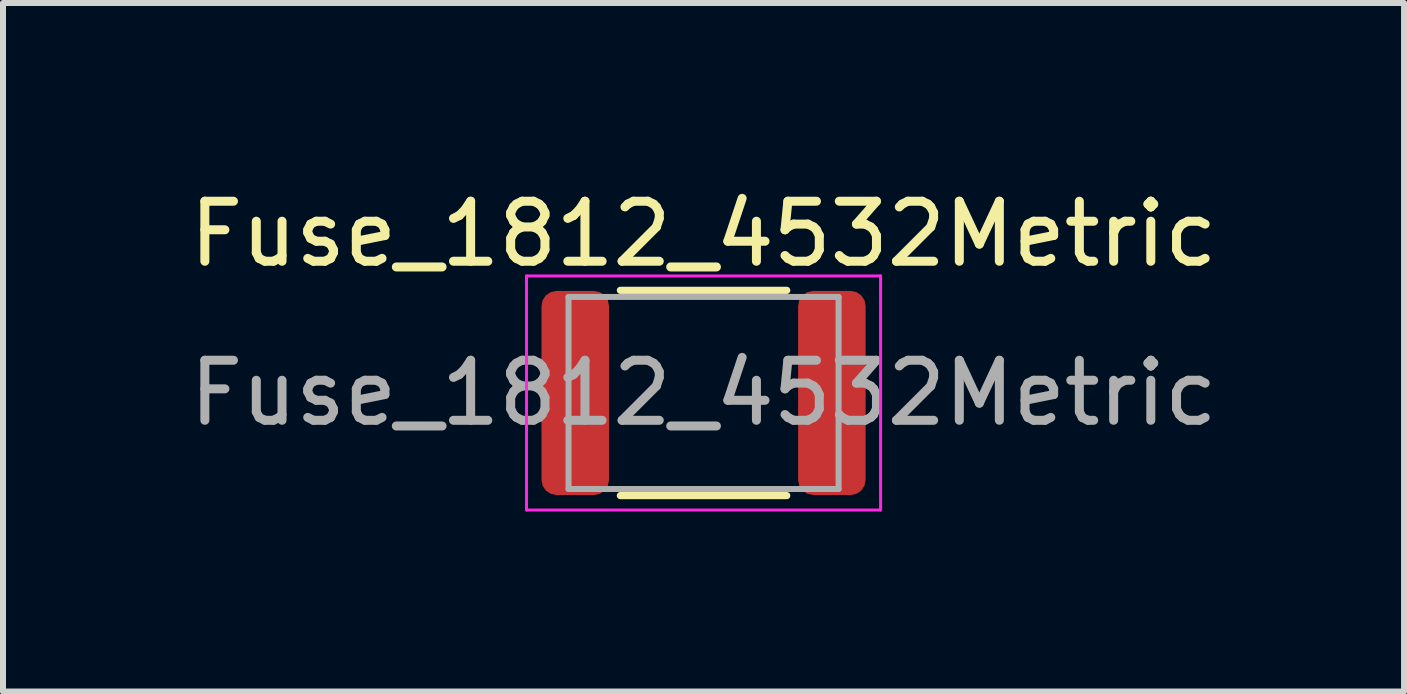
<source format=kicad_pcb>
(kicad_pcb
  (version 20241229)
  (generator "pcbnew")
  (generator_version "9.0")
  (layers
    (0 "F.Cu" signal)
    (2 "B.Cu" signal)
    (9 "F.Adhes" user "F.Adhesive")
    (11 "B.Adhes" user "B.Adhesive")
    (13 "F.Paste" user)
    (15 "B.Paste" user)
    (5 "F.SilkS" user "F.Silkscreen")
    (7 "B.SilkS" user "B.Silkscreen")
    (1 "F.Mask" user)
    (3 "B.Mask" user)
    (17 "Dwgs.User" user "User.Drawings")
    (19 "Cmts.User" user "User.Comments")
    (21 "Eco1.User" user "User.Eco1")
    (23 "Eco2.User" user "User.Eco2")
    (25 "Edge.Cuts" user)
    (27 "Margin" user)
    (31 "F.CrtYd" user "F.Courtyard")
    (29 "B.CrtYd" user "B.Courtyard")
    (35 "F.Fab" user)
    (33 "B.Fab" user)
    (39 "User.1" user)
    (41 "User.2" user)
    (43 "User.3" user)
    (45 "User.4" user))
  (footprint "Fuse_1812_4532Metric"
    (layer "F.Cu")
    (at 8.673 3.498)
    (property "Reference" "Fuse_1812_4532Metric" (at 0 -2.65 0) (layer "F.SilkS") (effects (font (size 1 1) (thickness 0.15))))
    (attr smd)
    (fp_line (start -1.386 -1.71) (end 1.386 -1.71) (stroke (width 0.12) (type solid)) (layer "F.SilkS"))
    (fp_line (start -1.386 1.71) (end 1.386 1.71) (stroke (width 0.12) (type solid)) (layer "F.SilkS"))
    (fp_line (start -2.95 -1.95) (end 2.95 -1.95) (stroke (width 0.05) (type solid)) (layer "F.CrtYd"))
    (fp_line (start -2.95 1.95) (end -2.95 -1.95) (stroke (width 0.05) (type solid)) (layer "F.CrtYd"))
    (fp_line (start 2.95 -1.95) (end 2.95 1.95) (stroke (width 0.05) (type solid)) (layer "F.CrtYd"))
    (fp_line (start 2.95 1.95) (end -2.95 1.95) (stroke (width 0.05) (type solid)) (layer "F.CrtYd"))
    (fp_line (start -2.25 -1.6) (end 2.25 -1.6) (stroke (width 0.1) (type solid)) (layer "F.Fab"))
    (fp_line (start -2.25 1.6) (end -2.25 -1.6) (stroke (width 0.1) (type solid)) (layer "F.Fab"))
    (fp_line (start 2.25 -1.6) (end 2.25 1.6) (stroke (width 0.1) (type solid)) (layer "F.Fab"))
    (fp_line (start 2.25 1.6) (end -2.25 1.6) (stroke (width 0.1) (type solid)) (layer "F.Fab"))
    (fp_text user "${REFERENCE}" (at 0 0 0) (layer "F.Fab") (effects (font (size 1 1) (thickness 0.15))))
    (pad "1" smd roundrect (at -2.138 0) (size 1.125 3.4) (layers "F.Cu" "F.Mask" "F.Paste") (roundrect_rratio 0.222))
    (pad "2" smd roundrect (at 2.138 0) (size 1.125 3.4) (layers "F.Cu" "F.Mask" "F.Paste") (roundrect_rratio 0.222)))
  (gr_rect
    (start -3 -3)
    (end 20.345 8.473)
    (stroke (width 0.1) (type default))
    (fill no)
    (layer "Edge.Cuts")))
</source>
